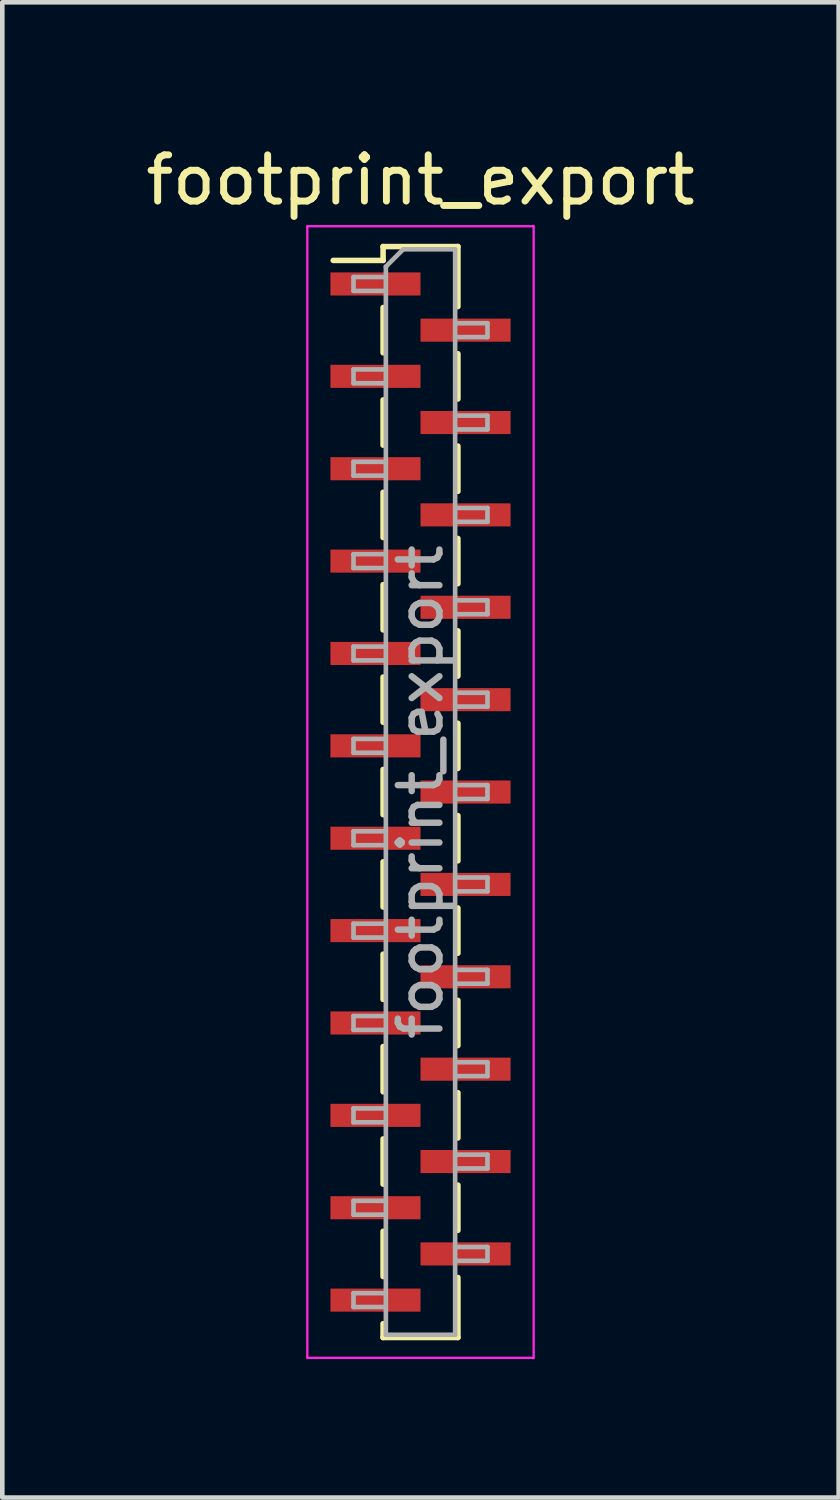
<source format=kicad_pcb>
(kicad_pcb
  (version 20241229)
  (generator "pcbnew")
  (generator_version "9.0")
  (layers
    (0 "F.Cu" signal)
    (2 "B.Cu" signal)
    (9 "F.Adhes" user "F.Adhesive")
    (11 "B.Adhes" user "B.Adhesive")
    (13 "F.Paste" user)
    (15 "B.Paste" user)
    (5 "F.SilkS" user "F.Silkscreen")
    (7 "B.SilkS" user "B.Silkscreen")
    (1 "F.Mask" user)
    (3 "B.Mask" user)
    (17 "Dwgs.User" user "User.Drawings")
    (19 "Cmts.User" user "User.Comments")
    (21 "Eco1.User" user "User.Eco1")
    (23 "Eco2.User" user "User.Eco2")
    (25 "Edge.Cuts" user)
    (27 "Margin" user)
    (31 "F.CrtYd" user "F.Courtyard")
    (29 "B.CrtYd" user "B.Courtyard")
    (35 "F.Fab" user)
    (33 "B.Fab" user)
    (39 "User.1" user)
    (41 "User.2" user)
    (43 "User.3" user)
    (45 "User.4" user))
  (footprint "footprint_export"
    (layer "F.Cu")
    (at 6.054 14.098)
    (property "Reference" "footprint_export" (at 0 -13.25 0) (layer "F.SilkS") (effects (font (size 1 1) (thickness 0.15))))
    (attr smd)
    (fp_line (start -1.89 -11.51) (end -0.81 -11.51) (stroke (width 0.12) (type solid)) (layer "F.SilkS"))
    (fp_line (start -0.81 -11.81) (end -0.81 -11.51) (stroke (width 0.12) (type solid)) (layer "F.SilkS"))
    (fp_line (start -0.81 -11.81) (end 0.81 -11.81) (stroke (width 0.12) (type solid)) (layer "F.SilkS"))
    (fp_line (start -0.81 -10.49) (end -0.81 -9.51) (stroke (width 0.12) (type solid)) (layer "F.SilkS"))
    (fp_line (start -0.81 -8.49) (end -0.81 -7.51) (stroke (width 0.12) (type solid)) (layer "F.SilkS"))
    (fp_line (start -0.81 -6.49) (end -0.81 -5.51) (stroke (width 0.12) (type solid)) (layer "F.SilkS"))
    (fp_line (start -0.81 -4.49) (end -0.81 -3.51) (stroke (width 0.12) (type solid)) (layer "F.SilkS"))
    (fp_line (start -0.81 -2.49) (end -0.81 -1.51) (stroke (width 0.12) (type solid)) (layer "F.SilkS"))
    (fp_line (start -0.81 -0.49) (end -0.81 0.49) (stroke (width 0.12) (type solid)) (layer "F.SilkS"))
    (fp_line (start -0.81 1.51) (end -0.81 2.49) (stroke (width 0.12) (type solid)) (layer "F.SilkS"))
    (fp_line (start -0.81 3.51) (end -0.81 4.49) (stroke (width 0.12) (type solid)) (layer "F.SilkS"))
    (fp_line (start -0.81 5.51) (end -0.81 6.49) (stroke (width 0.12) (type solid)) (layer "F.SilkS"))
    (fp_line (start -0.81 7.51) (end -0.81 8.49) (stroke (width 0.12) (type solid)) (layer "F.SilkS"))
    (fp_line (start -0.81 9.51) (end -0.81 10.49) (stroke (width 0.12) (type solid)) (layer "F.SilkS"))
    (fp_line (start -0.81 11.51) (end -0.81 11.81) (stroke (width 0.12) (type solid)) (layer "F.SilkS"))
    (fp_line (start -0.81 11.81) (end 0.81 11.81) (stroke (width 0.12) (type solid)) (layer "F.SilkS"))
    (fp_line (start 0.81 -11.81) (end 0.81 -10.51) (stroke (width 0.12) (type solid)) (layer "F.SilkS"))
    (fp_line (start 0.81 -9.49) (end 0.81 -8.51) (stroke (width 0.12) (type solid)) (layer "F.SilkS"))
    (fp_line (start 0.81 -7.49) (end 0.81 -6.51) (stroke (width 0.12) (type solid)) (layer "F.SilkS"))
    (fp_line (start 0.81 -5.49) (end 0.81 -4.51) (stroke (width 0.12) (type solid)) (layer "F.SilkS"))
    (fp_line (start 0.81 -3.49) (end 0.81 -2.51) (stroke (width 0.12) (type solid)) (layer "F.SilkS"))
    (fp_line (start 0.81 -1.49) (end 0.81 -0.51) (stroke (width 0.12) (type solid)) (layer "F.SilkS"))
    (fp_line (start 0.81 0.51) (end 0.81 1.49) (stroke (width 0.12) (type solid)) (layer "F.SilkS"))
    (fp_line (start 0.81 2.51) (end 0.81 3.49) (stroke (width 0.12) (type solid)) (layer "F.SilkS"))
    (fp_line (start 0.81 4.51) (end 0.81 5.49) (stroke (width 0.12) (type solid)) (layer "F.SilkS"))
    (fp_line (start 0.81 6.51) (end 0.81 7.49) (stroke (width 0.12) (type solid)) (layer "F.SilkS"))
    (fp_line (start 0.81 8.51) (end 0.81 9.49) (stroke (width 0.12) (type solid)) (layer "F.SilkS"))
    (fp_line (start 0.81 10.51) (end 0.81 11.81) (stroke (width 0.12) (type solid)) (layer "F.SilkS"))
    (fp_line (start -2.45 -12.25) (end 2.45 -12.25) (stroke (width 0.05) (type solid)) (layer "F.CrtYd"))
    (fp_line (start -2.45 12.25) (end -2.45 -12.25) (stroke (width 0.05) (type solid)) (layer "F.CrtYd"))
    (fp_line (start 2.45 -12.25) (end 2.45 12.25) (stroke (width 0.05) (type solid)) (layer "F.CrtYd"))
    (fp_line (start 2.45 12.25) (end -2.45 12.25) (stroke (width 0.05) (type solid)) (layer "F.CrtYd"))
    (fp_line (start -1.45 -11.15) (end -0.75 -11.15) (stroke (width 0.1) (type solid)) (layer "F.Fab"))
    (fp_line (start -1.45 -10.85) (end -1.45 -11.15) (stroke (width 0.1) (type solid)) (layer "F.Fab"))
    (fp_line (start -1.45 -9.15) (end -0.75 -9.15) (stroke (width 0.1) (type solid)) (layer "F.Fab"))
    (fp_line (start -1.45 -8.85) (end -1.45 -9.15) (stroke (width 0.1) (type solid)) (layer "F.Fab"))
    (fp_line (start -1.45 -7.15) (end -0.75 -7.15) (stroke (width 0.1) (type solid)) (layer "F.Fab"))
    (fp_line (start -1.45 -6.85) (end -1.45 -7.15) (stroke (width 0.1) (type solid)) (layer "F.Fab"))
    (fp_line (start -1.45 -5.15) (end -0.75 -5.15) (stroke (width 0.1) (type solid)) (layer "F.Fab"))
    (fp_line (start -1.45 -4.85) (end -1.45 -5.15) (stroke (width 0.1) (type solid)) (layer "F.Fab"))
    (fp_line (start -1.45 -3.15) (end -0.75 -3.15) (stroke (width 0.1) (type solid)) (layer "F.Fab"))
    (fp_line (start -1.45 -2.85) (end -1.45 -3.15) (stroke (width 0.1) (type solid)) (layer "F.Fab"))
    (fp_line (start -1.45 -1.15) (end -0.75 -1.15) (stroke (width 0.1) (type solid)) (layer "F.Fab"))
    (fp_line (start -1.45 -0.85) (end -1.45 -1.15) (stroke (width 0.1) (type solid)) (layer "F.Fab"))
    (fp_line (start -1.45 0.85) (end -0.75 0.85) (stroke (width 0.1) (type solid)) (layer "F.Fab"))
    (fp_line (start -1.45 1.15) (end -1.45 0.85) (stroke (width 0.1) (type solid)) (layer "F.Fab"))
    (fp_line (start -1.45 2.85) (end -0.75 2.85) (stroke (width 0.1) (type solid)) (layer "F.Fab"))
    (fp_line (start -1.45 3.15) (end -1.45 2.85) (stroke (width 0.1) (type solid)) (layer "F.Fab"))
    (fp_line (start -1.45 4.85) (end -0.75 4.85) (stroke (width 0.1) (type solid)) (layer "F.Fab"))
    (fp_line (start -1.45 5.15) (end -1.45 4.85) (stroke (width 0.1) (type solid)) (layer "F.Fab"))
    (fp_line (start -1.45 6.85) (end -0.75 6.85) (stroke (width 0.1) (type solid)) (layer "F.Fab"))
    (fp_line (start -1.45 7.15) (end -1.45 6.85) (stroke (width 0.1) (type solid)) (layer "F.Fab"))
    (fp_line (start -1.45 8.85) (end -0.75 8.85) (stroke (width 0.1) (type solid)) (layer "F.Fab"))
    (fp_line (start -1.45 9.15) (end -1.45 8.85) (stroke (width 0.1) (type solid)) (layer "F.Fab"))
    (fp_line (start -1.45 10.85) (end -0.75 10.85) (stroke (width 0.1) (type solid)) (layer "F.Fab"))
    (fp_line (start -1.45 11.15) (end -1.45 10.85) (stroke (width 0.1) (type solid)) (layer "F.Fab"))
    (fp_line (start -0.75 -11.375) (end -0.375 -11.75) (stroke (width 0.1) (type solid)) (layer "F.Fab"))
    (fp_line (start -0.75 -10.85) (end -1.45 -10.85) (stroke (width 0.1) (type solid)) (layer "F.Fab"))
    (fp_line (start -0.75 -8.85) (end -1.45 -8.85) (stroke (width 0.1) (type solid)) (layer "F.Fab"))
    (fp_line (start -0.75 -6.85) (end -1.45 -6.85) (stroke (width 0.1) (type solid)) (layer "F.Fab"))
    (fp_line (start -0.75 -4.85) (end -1.45 -4.85) (stroke (width 0.1) (type solid)) (layer "F.Fab"))
    (fp_line (start -0.75 -2.85) (end -1.45 -2.85) (stroke (width 0.1) (type solid)) (layer "F.Fab"))
    (fp_line (start -0.75 -0.85) (end -1.45 -0.85) (stroke (width 0.1) (type solid)) (layer "F.Fab"))
    (fp_line (start -0.75 1.15) (end -1.45 1.15) (stroke (width 0.1) (type solid)) (layer "F.Fab"))
    (fp_line (start -0.75 3.15) (end -1.45 3.15) (stroke (width 0.1) (type solid)) (layer "F.Fab"))
    (fp_line (start -0.75 5.15) (end -1.45 5.15) (stroke (width 0.1) (type solid)) (layer "F.Fab"))
    (fp_line (start -0.75 7.15) (end -1.45 7.15) (stroke (width 0.1) (type solid)) (layer "F.Fab"))
    (fp_line (start -0.75 9.15) (end -1.45 9.15) (stroke (width 0.1) (type solid)) (layer "F.Fab"))
    (fp_line (start -0.75 11.15) (end -1.45 11.15) (stroke (width 0.1) (type solid)) (layer "F.Fab"))
    (fp_line (start -0.75 11.75) (end -0.75 -11.375) (stroke (width 0.1) (type solid)) (layer "F.Fab"))
    (fp_line (start -0.375 -11.75) (end 0.75 -11.75) (stroke (width 0.1) (type solid)) (layer "F.Fab"))
    (fp_line (start 0.75 -11.75) (end 0.75 11.75) (stroke (width 0.1) (type solid)) (layer "F.Fab"))
    (fp_line (start 0.75 -10.15) (end 1.45 -10.15) (stroke (width 0.1) (type solid)) (layer "F.Fab"))
    (fp_line (start 0.75 -8.15) (end 1.45 -8.15) (stroke (width 0.1) (type solid)) (layer "F.Fab"))
    (fp_line (start 0.75 -6.15) (end 1.45 -6.15) (stroke (width 0.1) (type solid)) (layer "F.Fab"))
    (fp_line (start 0.75 -4.15) (end 1.45 -4.15) (stroke (width 0.1) (type solid)) (layer "F.Fab"))
    (fp_line (start 0.75 -2.15) (end 1.45 -2.15) (stroke (width 0.1) (type solid)) (layer "F.Fab"))
    (fp_line (start 0.75 -0.15) (end 1.45 -0.15) (stroke (width 0.1) (type solid)) (layer "F.Fab"))
    (fp_line (start 0.75 1.85) (end 1.45 1.85) (stroke (width 0.1) (type solid)) (layer "F.Fab"))
    (fp_line (start 0.75 3.85) (end 1.45 3.85) (stroke (width 0.1) (type solid)) (layer "F.Fab"))
    (fp_line (start 0.75 5.85) (end 1.45 5.85) (stroke (width 0.1) (type solid)) (layer "F.Fab"))
    (fp_line (start 0.75 7.85) (end 1.45 7.85) (stroke (width 0.1) (type solid)) (layer "F.Fab"))
    (fp_line (start 0.75 9.85) (end 1.45 9.85) (stroke (width 0.1) (type solid)) (layer "F.Fab"))
    (fp_line (start 0.75 11.75) (end -0.75 11.75) (stroke (width 0.1) (type solid)) (layer "F.Fab"))
    (fp_line (start 1.45 -10.15) (end 1.45 -9.85) (stroke (width 0.1) (type solid)) (layer "F.Fab"))
    (fp_line (start 1.45 -9.85) (end 0.75 -9.85) (stroke (width 0.1) (type solid)) (layer "F.Fab"))
    (fp_line (start 1.45 -8.15) (end 1.45 -7.85) (stroke (width 0.1) (type solid)) (layer "F.Fab"))
    (fp_line (start 1.45 -7.85) (end 0.75 -7.85) (stroke (width 0.1) (type solid)) (layer "F.Fab"))
    (fp_line (start 1.45 -6.15) (end 1.45 -5.85) (stroke (width 0.1) (type solid)) (layer "F.Fab"))
    (fp_line (start 1.45 -5.85) (end 0.75 -5.85) (stroke (width 0.1) (type solid)) (layer "F.Fab"))
    (fp_line (start 1.45 -4.15) (end 1.45 -3.85) (stroke (width 0.1) (type solid)) (layer "F.Fab"))
    (fp_line (start 1.45 -3.85) (end 0.75 -3.85) (stroke (width 0.1) (type solid)) (layer "F.Fab"))
    (fp_line (start 1.45 -2.15) (end 1.45 -1.85) (stroke (width 0.1) (type solid)) (layer "F.Fab"))
    (fp_line (start 1.45 -1.85) (end 0.75 -1.85) (stroke (width 0.1) (type solid)) (layer "F.Fab"))
    (fp_line (start 1.45 -0.15) (end 1.45 0.15) (stroke (width 0.1) (type solid)) (layer "F.Fab"))
    (fp_line (start 1.45 0.15) (end 0.75 0.15) (stroke (width 0.1) (type solid)) (layer "F.Fab"))
    (fp_line (start 1.45 1.85) (end 1.45 2.15) (stroke (width 0.1) (type solid)) (layer "F.Fab"))
    (fp_line (start 1.45 2.15) (end 0.75 2.15) (stroke (width 0.1) (type solid)) (layer "F.Fab"))
    (fp_line (start 1.45 3.85) (end 1.45 4.15) (stroke (width 0.1) (type solid)) (layer "F.Fab"))
    (fp_line (start 1.45 4.15) (end 0.75 4.15) (stroke (width 0.1) (type solid)) (layer "F.Fab"))
    (fp_line (start 1.45 5.85) (end 1.45 6.15) (stroke (width 0.1) (type solid)) (layer "F.Fab"))
    (fp_line (start 1.45 6.15) (end 0.75 6.15) (stroke (width 0.1) (type solid)) (layer "F.Fab"))
    (fp_line (start 1.45 7.85) (end 1.45 8.15) (stroke (width 0.1) (type solid)) (layer "F.Fab"))
    (fp_line (start 1.45 8.15) (end 0.75 8.15) (stroke (width 0.1) (type solid)) (layer "F.Fab"))
    (fp_line (start 1.45 9.85) (end 1.45 10.15) (stroke (width 0.1) (type solid)) (layer "F.Fab"))
    (fp_line (start 1.45 10.15) (end 0.75 10.15) (stroke (width 0.1) (type solid)) (layer "F.Fab"))
    (fp_text user "${REFERENCE}" (at 0 0 90) (layer "F.Fab") (effects (font (size 0.9 0.9) (thickness 0.14))))
    (pad "1" smd rect (at -0.975 -11) (size 1.95 0.5) (layers "F.Cu" "F.Mask" "F.Paste"))
    (pad "2" smd rect (at 0.975 -10) (size 1.95 0.5) (layers "F.Cu" "F.Mask" "F.Paste"))
    (pad "3" smd rect (at -0.975 -9) (size 1.95 0.5) (layers "F.Cu" "F.Mask" "F.Paste"))
    (pad "4" smd rect (at 0.975 -8) (size 1.95 0.5) (layers "F.Cu" "F.Mask" "F.Paste"))
    (pad "5" smd rect (at -0.975 -7) (size 1.95 0.5) (layers "F.Cu" "F.Mask" "F.Paste"))
    (pad "6" smd rect (at 0.975 -6) (size 1.95 0.5) (layers "F.Cu" "F.Mask" "F.Paste"))
    (pad "7" smd rect (at -0.975 -5) (size 1.95 0.5) (layers "F.Cu" "F.Mask" "F.Paste"))
    (pad "8" smd rect (at 0.975 -4) (size 1.95 0.5) (layers "F.Cu" "F.Mask" "F.Paste"))
    (pad "9" smd rect (at -0.975 -3) (size 1.95 0.5) (layers "F.Cu" "F.Mask" "F.Paste"))
    (pad "10" smd rect (at 0.975 -2) (size 1.95 0.5) (layers "F.Cu" "F.Mask" "F.Paste"))
    (pad "11" smd rect (at -0.975 -1) (size 1.95 0.5) (layers "F.Cu" "F.Mask" "F.Paste"))
    (pad "12" smd rect (at 0.975 0) (size 1.95 0.5) (layers "F.Cu" "F.Mask" "F.Paste"))
    (pad "13" smd rect (at -0.975 1) (size 1.95 0.5) (layers "F.Cu" "F.Mask" "F.Paste"))
    (pad "14" smd rect (at 0.975 2) (size 1.95 0.5) (layers "F.Cu" "F.Mask" "F.Paste"))
    (pad "15" smd rect (at -0.975 3) (size 1.95 0.5) (layers "F.Cu" "F.Mask" "F.Paste"))
    (pad "16" smd rect (at 0.975 4) (size 1.95 0.5) (layers "F.Cu" "F.Mask" "F.Paste"))
    (pad "17" smd rect (at -0.975 5) (size 1.95 0.5) (layers "F.Cu" "F.Mask" "F.Paste"))
    (pad "18" smd rect (at 0.975 6) (size 1.95 0.5) (layers "F.Cu" "F.Mask" "F.Paste"))
    (pad "19" smd rect (at -0.975 7) (size 1.95 0.5) (layers "F.Cu" "F.Mask" "F.Paste"))
    (pad "20" smd rect (at 0.975 8) (size 1.95 0.5) (layers "F.Cu" "F.Mask" "F.Paste"))
    (pad "21" smd rect (at -0.975 9) (size 1.95 0.5) (layers "F.Cu" "F.Mask" "F.Paste"))
    (pad "22" smd rect (at 0.975 10) (size 1.95 0.5) (layers "F.Cu" "F.Mask" "F.Paste"))
    (pad "23" smd rect (at -0.975 11) (size 1.95 0.5) (layers "F.Cu" "F.Mask" "F.Paste")))
  (gr_rect
    (start -3 -3)
    (end 15.107 29.373)
    (stroke (width 0.1) (type default))
    (fill no)
    (layer "Edge.Cuts")))
</source>
